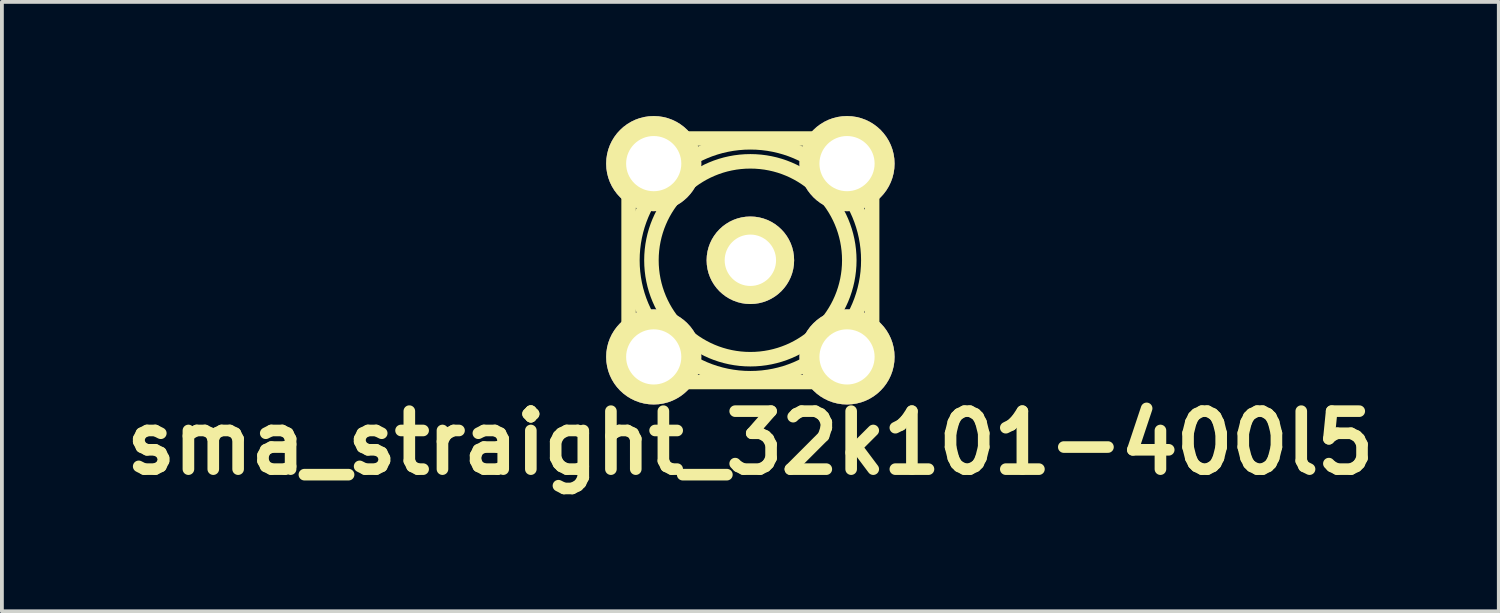
<source format=kicad_pcb>
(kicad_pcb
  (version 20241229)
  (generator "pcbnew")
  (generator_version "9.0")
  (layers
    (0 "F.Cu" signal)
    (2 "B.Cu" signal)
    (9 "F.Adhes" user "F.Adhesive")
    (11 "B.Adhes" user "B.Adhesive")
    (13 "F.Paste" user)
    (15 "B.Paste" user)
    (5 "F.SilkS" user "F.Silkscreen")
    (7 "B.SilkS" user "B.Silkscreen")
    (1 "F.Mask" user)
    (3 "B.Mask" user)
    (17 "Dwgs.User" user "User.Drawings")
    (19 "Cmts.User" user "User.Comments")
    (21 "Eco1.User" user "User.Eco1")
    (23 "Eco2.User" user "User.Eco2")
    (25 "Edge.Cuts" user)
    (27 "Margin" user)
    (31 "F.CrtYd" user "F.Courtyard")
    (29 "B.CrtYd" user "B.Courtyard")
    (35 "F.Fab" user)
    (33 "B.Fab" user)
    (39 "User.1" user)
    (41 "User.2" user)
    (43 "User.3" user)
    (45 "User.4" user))
  (footprint "sma_straight_32k101-400l5"
    (layer "F.Cu")
    (at 16.67 3.79)
    (property "Reference" "sma_straight_32k101-400l5" (at 0 4.8 0) (layer "F.SilkS") (effects (font (size 1.524 1.524) (thickness 0.305))))
    (attr through_hole)
    (fp_line (start -3.2 -3.2) (end -3.2 3.2) (stroke (width 0.381) (type solid)) (layer "F.SilkS"))
    (fp_line (start -3.2 -3.2) (end 3.2 -3.2) (stroke (width 0.381) (type solid)) (layer "F.SilkS"))
    (fp_line (start 3.2 -3.2) (end 3.2 3.2) (stroke (width 0.381) (type solid)) (layer "F.SilkS"))
    (fp_line (start 3.2 3.2) (end -3.2 3.2) (stroke (width 0.381) (type solid)) (layer "F.SilkS"))
    (fp_circle (center 0 0) (end -3.1 0) (stroke (width 0.381) (type solid)) (fill no) (layer "F.SilkS"))
    (fp_circle (center 0 0) (end -2.6 0) (stroke (width 0.381) (type solid)) (fill no) (layer "F.SilkS"))
    (fp_circle (center 0 0) (end -0.7 0) (stroke (width 0.381) (type solid)) (fill no) (layer "F.SilkS"))
    (pad "1" thru_hole circle (at 0 0) (size 2.3 2.3) (drill 1.35) (layers "*.Cu" "*.Mask" "F.SilkS"))
    (pad "2" thru_hole circle (at -2.54 -2.54) (size 2.5 2.5) (drill 1.45) (layers "*.Cu" "*.Mask" "F.SilkS"))
    (pad "2" thru_hole circle (at -2.54 2.54) (size 2.5 2.5) (drill 1.45) (layers "*.Cu" "*.Mask" "F.SilkS"))
    (pad "2" thru_hole circle (at 2.54 -2.54) (size 2.5 2.5) (drill 1.45) (layers "*.Cu" "*.Mask" "F.SilkS"))
    (pad "2" thru_hole circle (at 2.54 2.54) (size 2.5 2.5) (drill 1.45) (layers "*.Cu" "*.Mask" "F.SilkS")))
  (gr_rect
    (start -3 -3)
    (end 36.339 13.016)
    (stroke (width 0.1) (type default))
    (fill no)
    (layer "Edge.Cuts")))
</source>
